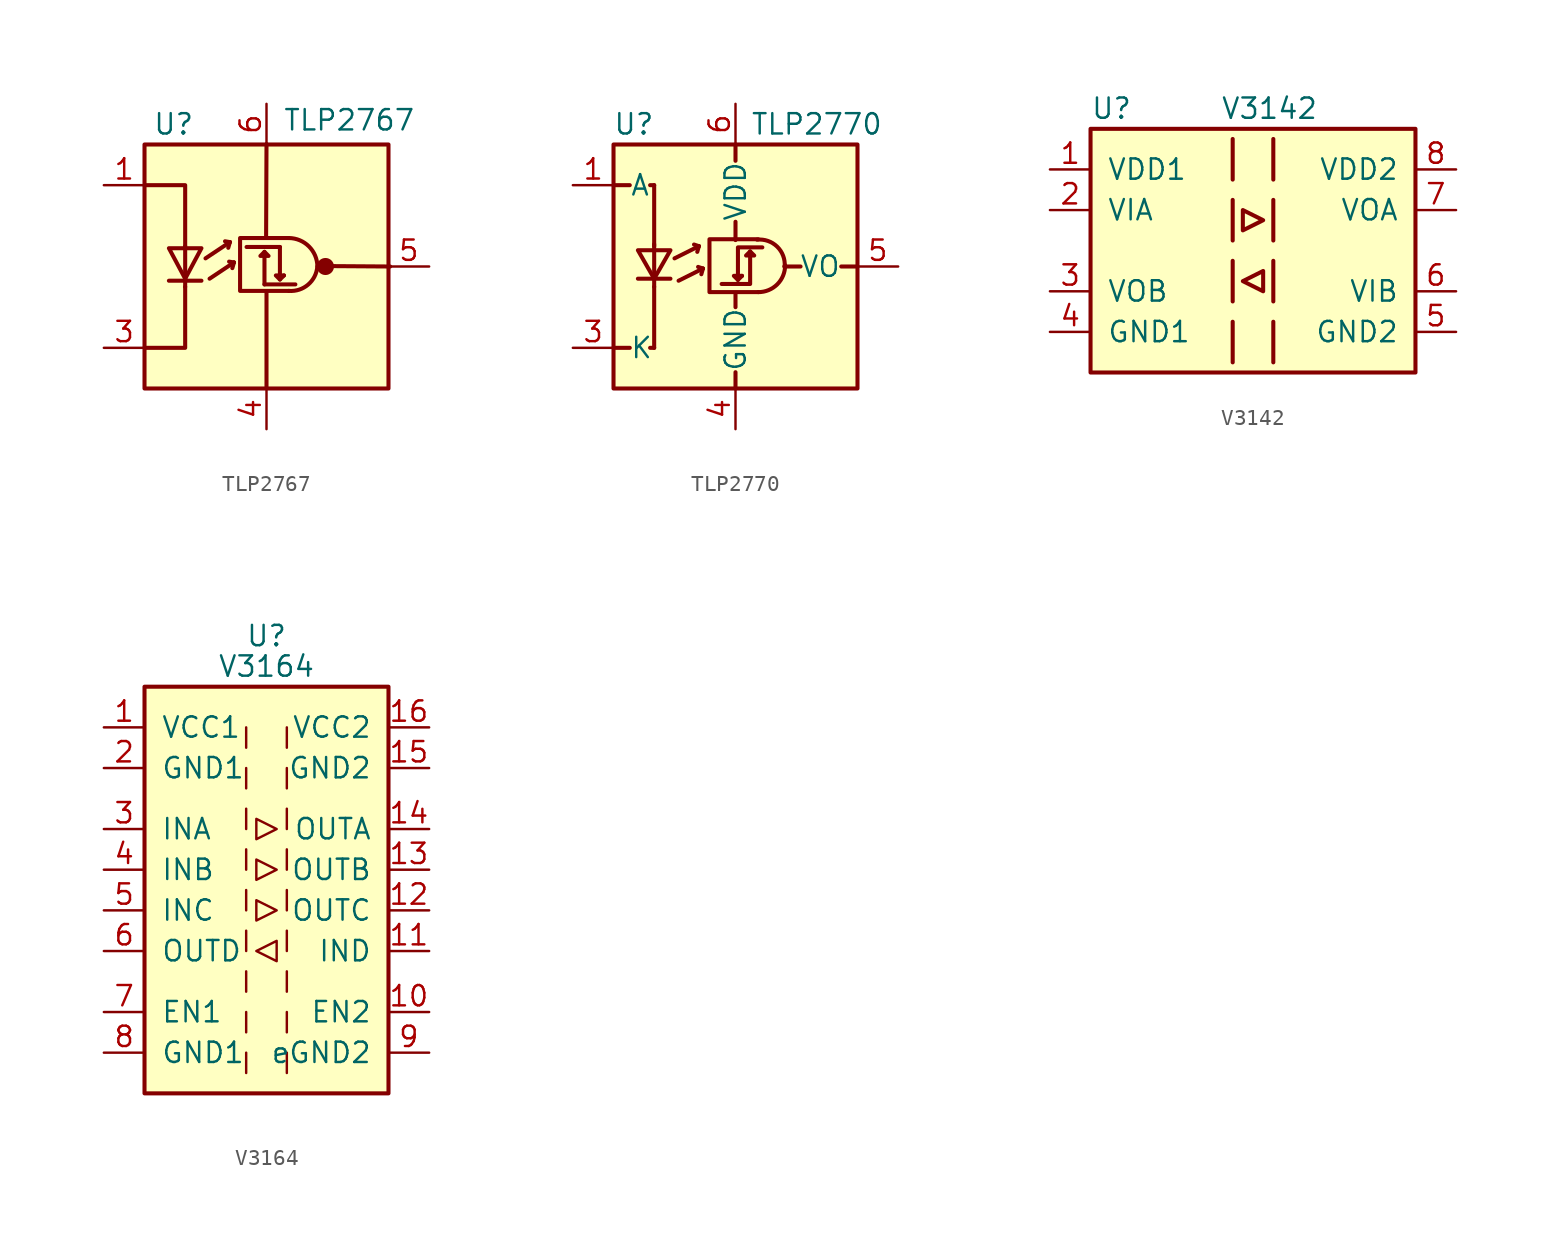
<source format=kicad_sym>
(kicad_symbol_lib
  (version 20220914)
  (generator kicad_symbol_editor)
  (symbol "TLP2767"
    (pin_names
      (offset 1.016) hide)
    (property "Reference" "U"
      (at -7.112 8.89 0)
      (effects (font (size 1.27 1.27)) (justify left)))
    (property "Value" "TLP2767"
      (at 1.016 9.144 0)
      (effects (font (size 1.27 1.27)) (justify left)))
    (symbol "TLP2767_0_1"
      (rectangle (start -7.62 7.62) (end 7.62 -7.62) (stroke (width 0.254) (type default)) (fill (type background)))
      (polyline (pts (xy -6.096 -0.889) (xy -4.064 -0.889)) (stroke (width 0.254) (type default)) (fill (type none)))
      (polyline (pts (xy -5.08 -1.27) (xy -5.08 -0.762)) (stroke (width 0.254) (type default)) (fill (type none)))
      (polyline (pts (xy -5.08 1.27) (xy -5.08 -0.762)) (stroke (width 0.254) (type default)) (fill (type none)))
      (polyline (pts (xy -3.81 0.508) (xy -2.286 1.524)) (stroke (width 0.254) (type default)) (fill (type none)))
      (polyline (pts (xy -3.556 -0.762) (xy -2.032 0.254)) (stroke (width 0.254) (type default)) (fill (type none)))
      (polyline (pts (xy -2.286 1.524) (xy -2.591 1.575)) (stroke (width 0.254) (type default)) (fill (type none)))
      (polyline (pts (xy -2.286 1.524) (xy -2.388 1.168)) (stroke (width 0.254) (type default)) (fill (type none)))
      (polyline (pts (xy -2.032 0.254) (xy -2.337 0.305)) (stroke (width 0.254) (type default)) (fill (type none)))
      (polyline (pts (xy -2.032 0.254) (xy -2.134 -0.102)) (stroke (width 0.254) (type default)) (fill (type none)))
      (polyline (pts (xy -0.127 -1.118) (xy 1.803 -1.118)) (stroke (width 0.254) (type default)) (fill (type none)))
      (polyline (pts (xy -0.127 0.914) (xy -0.127 -1.118)) (stroke (width 0.254) (type default)) (fill (type none)))
      (polyline (pts (xy 0 -7.595) (xy 0 -1.575)) (stroke (width 0.254) (type default)) (fill (type none)))
      (polyline (pts (xy 0 7.645) (xy -0.025 1.829)) (stroke (width 0.254) (type default)) (fill (type none)))
      (polyline (pts (xy 0.838 1.219) (xy -1.245 1.219)) (stroke (width 0.254) (type default)) (fill (type none)))
      (polyline (pts (xy 4.064 0.025) (xy 7.722 0)) (stroke (width 0.254) (type default)) (fill (type none)))
      (polyline (pts (xy -7.62 -5.08) (xy -5.08 -5.08) (xy -5.08 -1.27)) (stroke (width 0.254) (type default)) (fill (type none)))
      (polyline (pts (xy -5.08 1.27) (xy -5.08 5.08) (xy -7.62 5.08)) (stroke (width 0.254) (type default)) (fill (type none)))
      (polyline (pts (xy 0.838 -0.813) (xy 0.584 -0.559) (xy 1.092 -0.559)) (stroke (width 0.254) (type default)) (fill (type none)))
      (polyline (pts (xy 0.838 1.219) (xy 0.838 -0.813) (xy 1.092 -0.559)) (stroke (width 0.254) (type default)) (fill (type none)))
      (polyline (pts (xy -6.096 1.143) (xy -4.064 1.143) (xy -5.08 -0.762) (xy -6.096 1.143)) (stroke (width 0.254) (type default)) (fill (type none)))
      (polyline (pts (xy -0.127 0.914) (xy -0.381 0.66) (xy 0.127 0.66) (xy -0.127 0.914)) (stroke (width 0.254) (type default)) (fill (type none)))
      (polyline (pts (xy 1.397 1.778) (xy -1.651 1.778) (xy -1.651 -1.524) (xy 1.397 -1.524)) (stroke (width 0.254) (type default)) (fill (type none)))
      (arc (start 1.397 -1.524) (mid 2.6016 -1.1302) (end 3.175 0) (stroke (width 0.254) (type default)) (fill (type none)))
      (arc (start 3.175 0) (mid 2.6528 1.2481) (end 1.397 1.778) (stroke (width 0.254) (type default)) (fill (type none)))
      (circle (center 3.683 0) (radius 0.457) (stroke (width 0) (type default)) (fill (type outline))))
    (symbol "TLP2767_1_1"
      (pin passive line (at -10.16 5.08 0) (length 2.54) (name "A" (effects (font (size 1.27 1.27)))) (number "1" (effects (font (size 1.27 1.27)))))
      (pin no_connect line (at -7.62 0 0) (length 2.54) hide (name "NC" (effects (font (size 1.27 1.27)))) (number "2" (effects (font (size 1.27 1.27)))))
      (pin passive line (at -10.16 -5.08 0) (length 2.54) (name "K" (effects (font (size 1.27 1.27)))) (number "3" (effects (font (size 1.27 1.27)))))
      (pin power_in line (at 0 -10.16 90) (length 2.54) (name "GND" (effects (font (size 1.27 1.27)))) (number "4" (effects (font (size 1.27 1.27)))))
      (pin output line (at 10.16 0 180) (length 2.54) (name "VO" (effects (font (size 1.27 1.27)))) (number "5" (effects (font (size 1.27 1.27)))))
      (pin power_in line (at 0 10.16 270) (length 2.54) (name "VDD" (effects (font (size 1.27 1.27)))) (number "6" (effects (font (size 1.27 1.27)))))))
  (symbol "TLP2770"
    (pin_names
      (offset 1.016))
    (property "Reference" "U"
      (at -6.35 8.89 0)
      (effects (font (size 1.27 1.27))))
    (property "Value" "TLP2770"
      (at 5.08 8.89 0)
      (effects (font (size 1.27 1.27))))
    (symbol "TLP2770_0_1"
      (polyline (pts (xy -7.62 -5.08) (xy -6.604 -5.08)) (stroke (width 0.254) (type default)) (fill (type none)))
      (polyline (pts (xy -7.62 5.08) (xy -6.604 5.08)) (stroke (width 0.254) (type default)) (fill (type none)))
      (polyline (pts (xy -5.08 -5.08) (xy -5.334 -5.08)) (stroke (width 0.254) (type default)) (fill (type none)))
      (polyline (pts (xy -5.08 -1.27) (xy -5.08 -5.08)) (stroke (width 0.254) (type default)) (fill (type none)))
      (polyline (pts (xy -5.08 1.27) (xy -5.08 5.08)) (stroke (width 0.254) (type default)) (fill (type none)))
      (polyline (pts (xy -5.08 5.08) (xy -5.334 5.08)) (stroke (width 0.254) (type default)) (fill (type none)))
      (polyline (pts (xy 0 -7.62) (xy 0 -6.604)) (stroke (width 0.254) (type default)) (fill (type none)))
      (polyline (pts (xy 0 -1.651) (xy 0 -2.54)) (stroke (width 0.254) (type default)) (fill (type none)))
      (polyline (pts (xy 0 1.651) (xy 0 2.794)) (stroke (width 0.254) (type default)) (fill (type none)))
      (polyline (pts (xy 0 7.62) (xy 0 6.604)) (stroke (width 0.254) (type default)) (fill (type none)))
      (polyline (pts (xy 3.048 0) (xy 4.064 0)) (stroke (width 0.254) (type default)) (fill (type none)))
      (polyline (pts (xy 7.62 0) (xy 6.604 0)) (stroke (width 0.254) (type default)) (fill (type none))))
    (symbol "TLP2770_1_1"
      (rectangle (start -7.62 7.62) (end 7.62 -7.62) (stroke (width 0.254) (type default)) (fill (type background)))
      (polyline (pts (xy -6.096 -0.762) (xy -4.064 -0.762)) (stroke (width 0.254) (type default)) (fill (type none)))
      (polyline (pts (xy -5.08 -0.762) (xy -5.08 -1.27)) (stroke (width 0.254) (type default)) (fill (type none)))
      (polyline (pts (xy -5.08 1.016) (xy -5.08 -0.762)) (stroke (width 0.254) (type default)) (fill (type none)))
      (polyline (pts (xy -5.08 1.016) (xy -5.08 1.397)) (stroke (width 0.254) (type default)) (fill (type none)))
      (polyline (pts (xy -3.81 0.508) (xy -2.286 1.27)) (stroke (width 0.254) (type default)) (fill (type none)))
      (polyline (pts (xy -3.556 -0.889) (xy -2.032 -0.127)) (stroke (width 0.254) (type default)) (fill (type none)))
      (polyline (pts (xy -2.286 1.27) (xy -2.591 1.372)) (stroke (width 0.254) (type default)) (fill (type none)))
      (polyline (pts (xy -2.286 1.27) (xy -2.388 0.914)) (stroke (width 0.254) (type default)) (fill (type none)))
      (polyline (pts (xy -2.032 -0.127) (xy -2.337 -0.025)) (stroke (width 0.254) (type default)) (fill (type none)))
      (polyline (pts (xy -2.032 -0.127) (xy -2.134 -0.483)) (stroke (width 0.254) (type default)) (fill (type none)))
      (polyline (pts (xy 0.152 -0.838) (xy -0.102 -0.584) (xy 0.406 -0.584)) (stroke (width 0.254) (type default)) (fill (type none)))
      (polyline (pts (xy 0.914 0.94) (xy 0.914 -1.092) (xy -0.864 -1.092)) (stroke (width 0.254) (type default)) (fill (type none)))
      (polyline (pts (xy -6.096 1.016) (xy -4.064 1.016) (xy -5.08 -0.762) (xy -6.096 1.016)) (stroke (width 0.254) (type default)) (fill (type none)))
      (polyline (pts (xy 0.914 0.94) (xy 0.66 0.686) (xy 1.168 0.686) (xy 0.914 0.94)) (stroke (width 0.254) (type default)) (fill (type none)))
      (polyline (pts (xy 1.422 1.702) (xy -1.626 1.702) (xy -1.626 -1.6) (xy 1.422 -1.6)) (stroke (width 0.254) (type default)) (fill (type none)))
      (polyline (pts (xy 1.676 1.194) (xy 0.152 1.194) (xy 0.152 -0.838) (xy 0.406 -0.584)) (stroke (width 0.254) (type default)) (fill (type none)))
      (arc (start 1.4224 -1.6002) (mid 2.6061 -1.1155) (end 3.0988 0.0762) (stroke (width 0.254) (type default)) (fill (type none)))
      (arc (start 3.0734 0) (mid 2.5973 1.245) (end 1.3462 1.6764) (stroke (width 0.254) (type default)) (fill (type none)))
      (pin passive line (at -10.16 5.08 0) (length 2.54) (name "A" (effects (font (size 1.27 1.27)))) (number "1" (effects (font (size 1.27 1.27)))))
      (pin no_connect line (at -7.62 0 0) (length 2.54) hide (name "NC" (effects (font (size 1.27 1.27)))) (number "2" (effects (font (size 1.27 1.27)))))
      (pin passive line (at -10.16 -5.08 0) (length 2.54) (name "K" (effects (font (size 1.27 1.27)))) (number "3" (effects (font (size 1.27 1.27)))))
      (pin power_in line (at 0 -10.16 90) (length 2.54) (name "GND" (effects (font (size 1.27 1.27)))) (number "4" (effects (font (size 1.27 1.27)))))
      (pin output line (at 10.16 0 180) (length 2.54) (name "VO" (effects (font (size 1.27 1.27)))) (number "5" (effects (font (size 1.27 1.27)))))
      (pin power_in line (at 0 10.16 270) (length 2.54) (name "VDD" (effects (font (size 1.27 1.27)))) (number "6" (effects (font (size 1.27 1.27)))))))
  (symbol "V3142"
    (pin_names
      (offset 1.016))
    (property "Reference" "U"
      (at -10.16 8.89 0)
      (effects (font (size 1.27 1.27)) (justify left)))
    (property "Value" "V3142"
      (at -2.032 8.89 0)
      (effects (font (size 1.27 1.27)) (justify left)))
    (symbol "V3142_0_1"
      (rectangle (start -10.16 7.62) (end 10.16 -7.62) (stroke (width 0.254) (type default)) (fill (type background)))
      (polyline (pts (xy -1.27 -4.445) (xy -1.27 -6.985)) (stroke (width 0.254) (type default)) (fill (type none)))
      (polyline (pts (xy -1.27 -0.635) (xy -1.27 -3.175)) (stroke (width 0.254) (type default)) (fill (type none)))
      (polyline (pts (xy -1.27 3.175) (xy -1.27 0.635)) (stroke (width 0.254) (type default)) (fill (type none)))
      (polyline (pts (xy -1.27 6.985) (xy -1.27 4.445)) (stroke (width 0.254) (type default)) (fill (type none)))
      (polyline (pts (xy 1.27 -4.445) (xy 1.27 -6.985)) (stroke (width 0.254) (type default)) (fill (type none)))
      (polyline (pts (xy 1.27 -0.635) (xy 1.27 -3.175)) (stroke (width 0.254) (type default)) (fill (type none)))
      (polyline (pts (xy 1.27 3.175) (xy 1.27 0.635)) (stroke (width 0.254) (type default)) (fill (type none)))
      (polyline (pts (xy 1.27 6.985) (xy 1.27 4.445)) (stroke (width 0.254) (type default)) (fill (type none)))
      (polyline (pts (xy -0.635 1.27) (xy 0.635 1.905) (xy -0.635 2.54) (xy -0.635 1.27)) (stroke (width 0.254) (type default)) (fill (type none)))
      (polyline (pts (xy 0.635 -2.54) (xy 0.635 -1.27) (xy -0.635 -1.905) (xy 0.635 -2.54)) (stroke (width 0.254) (type default)) (fill (type none))))
    (symbol "V3142_1_1"
      (pin power_in line (at -12.7 5.08 0) (length 2.54) (name "VDD1" (effects (font (size 1.27 1.27)))) (number "1" (effects (font (size 1.27 1.27)))))
      (pin input line (at -12.7 2.54 0) (length 2.54) (name "VIA" (effects (font (size 1.27 1.27)))) (number "2" (effects (font (size 1.27 1.27)))))
      (pin input line (at -12.7 -2.54 0) (length 2.54) (name "VOB" (effects (font (size 1.27 1.27)))) (number "3" (effects (font (size 1.27 1.27)))))
      (pin power_in line (at -12.7 -5.08 0) (length 2.54) (name "GND1" (effects (font (size 1.27 1.27)))) (number "4" (effects (font (size 1.27 1.27)))))
      (pin power_in line (at 12.7 -5.08 180) (length 2.54) (name "GND2" (effects (font (size 1.27 1.27)))) (number "5" (effects (font (size 1.27 1.27)))))
      (pin output line (at 12.7 -2.54 180) (length 2.54) (name "VIB" (effects (font (size 1.27 1.27)))) (number "6" (effects (font (size 1.27 1.27)))))
      (pin output line (at 12.7 2.54 180) (length 2.54) (name "VOA" (effects (font (size 1.27 1.27)))) (number "7" (effects (font (size 1.27 1.27)))))
      (pin power_in line (at 12.7 5.08 180) (length 2.54) (name "VDD2" (effects (font (size 1.27 1.27)))) (number "8" (effects (font (size 1.27 1.27)))))))
  (symbol "V3164"
    (pin_names
      (offset 1.016))
    (property "Reference" "U"
      (at 0 15.875 0)
      (effects (font (size 1.27 1.27))))
    (property "Value" "V3164"
      (at 0 13.97 0)
      (effects (font (size 1.27 1.27))))
    (symbol "V3164_0_1"
      (rectangle (start -7.62 12.7) (end 7.62 -12.7) (stroke (width 0.254) (type default)) (fill (type background)))
      (polyline (pts (xy -1.27 -10.16) (xy -1.27 -11.43)) (stroke (width 0) (type default)) (fill (type none)))
      (polyline (pts (xy -1.27 -7.62) (xy -1.27 -8.89)) (stroke (width 0) (type default)) (fill (type none)))
      (polyline (pts (xy -1.27 -5.08) (xy -1.27 -6.35)) (stroke (width 0) (type default)) (fill (type none)))
      (polyline (pts (xy -1.27 -2.54) (xy -1.27 -3.81)) (stroke (width 0) (type default)) (fill (type none)))
      (polyline (pts (xy -1.27 0) (xy -1.27 -1.27)) (stroke (width 0) (type default)) (fill (type none)))
      (polyline (pts (xy -1.27 2.54) (xy -1.27 1.27)) (stroke (width 0) (type default)) (fill (type none)))
      (polyline (pts (xy -1.27 5.08) (xy -1.27 3.81)) (stroke (width 0) (type default)) (fill (type none)))
      (polyline (pts (xy -1.27 7.62) (xy -1.27 6.35)) (stroke (width 0) (type default)) (fill (type none)))
      (polyline (pts (xy -1.27 10.16) (xy -1.27 8.89)) (stroke (width 0) (type default)) (fill (type none)))
      (polyline (pts (xy 1.27 -10.16) (xy 1.27 -11.43)) (stroke (width 0) (type default)) (fill (type none)))
      (polyline (pts (xy 1.27 -7.62) (xy 1.27 -8.89)) (stroke (width 0) (type default)) (fill (type none)))
      (polyline (pts (xy 1.27 -5.08) (xy 1.27 -6.35)) (stroke (width 0) (type default)) (fill (type none)))
      (polyline (pts (xy 1.27 -2.54) (xy 1.27 -3.81)) (stroke (width 0) (type default)) (fill (type none)))
      (polyline (pts (xy 1.27 0) (xy 1.27 -1.27)) (stroke (width 0) (type default)) (fill (type none)))
      (polyline (pts (xy 1.27 2.54) (xy 1.27 1.27)) (stroke (width 0) (type default)) (fill (type none)))
      (polyline (pts (xy 1.27 5.08) (xy 1.27 3.81)) (stroke (width 0) (type default)) (fill (type none)))
      (polyline (pts (xy 1.27 7.62) (xy 1.27 6.35)) (stroke (width 0) (type default)) (fill (type none)))
      (polyline (pts (xy 1.27 10.16) (xy 1.27 8.89)) (stroke (width 0) (type default)) (fill (type none)))
      (polyline (pts (xy -0.635 -3.81) (xy 0.635 -3.175) (xy 0.635 -4.445) (xy -0.635 -3.81)) (stroke (width 0) (type default)) (fill (type none)))
      (polyline (pts (xy -0.635 -0.635) (xy -0.635 -1.905) (xy 0.635 -1.27) (xy -0.635 -0.635)) (stroke (width 0) (type default)) (fill (type none)))
      (polyline (pts (xy -0.635 1.905) (xy -0.635 0.635) (xy 0.635 1.27) (xy -0.635 1.905)) (stroke (width 0) (type default)) (fill (type none)))
      (polyline (pts (xy -0.635 4.445) (xy -0.635 3.175) (xy 0.635 3.81) (xy -0.635 4.445)) (stroke (width 0) (type default)) (fill (type none))))
    (symbol "V3164_1_1"
      (pin power_in line (at -10.16 10.16 0) (length 2.54) (name "VCC1" (effects (font (size 1.27 1.27)))) (number "1" (effects (font (size 1.27 1.27)))))
      (pin input line (at 10.16 -7.62 180) (length 2.54) (name "EN2" (effects (font (size 1.27 1.27)))) (number "10" (effects (font (size 1.27 1.27)))))
      (pin input line (at 10.16 -3.81 180) (length 2.54) (name "IND" (effects (font (size 1.27 1.27)))) (number "11" (effects (font (size 1.27 1.27)))))
      (pin output line (at 10.16 -1.27 180) (length 2.54) (name "OUTC" (effects (font (size 1.27 1.27)))) (number "12" (effects (font (size 1.27 1.27)))))
      (pin output line (at 10.16 1.27 180) (length 2.54) (name "OUTB" (effects (font (size 1.27 1.27)))) (number "13" (effects (font (size 1.27 1.27)))))
      (pin output line (at 10.16 3.81 180) (length 2.54) (name "OUTA" (effects (font (size 1.27 1.27)))) (number "14" (effects (font (size 1.27 1.27)))))
      (pin power_in line (at 10.16 7.62 180) (length 2.54) (name "GND2" (effects (font (size 1.27 1.27)))) (number "15" (effects (font (size 1.27 1.27)))))
      (pin power_in line (at 10.16 10.16 180) (length 2.54) (name "VCC2" (effects (font (size 1.27 1.27)))) (number "16" (effects (font (size 1.27 1.27)))))
      (pin power_in line (at -10.16 7.62 0) (length 2.54) (name "GND1" (effects (font (size 1.27 1.27)))) (number "2" (effects (font (size 1.27 1.27)))))
      (pin input line (at -10.16 3.81 0) (length 2.54) (name "INA" (effects (font (size 1.27 1.27)))) (number "3" (effects (font (size 1.27 1.27)))))
      (pin input line (at -10.16 1.27 0) (length 2.54) (name "INB" (effects (font (size 1.27 1.27)))) (number "4" (effects (font (size 1.27 1.27)))))
      (pin input line (at -10.16 -1.27 0) (length 2.54) (name "INC" (effects (font (size 1.27 1.27)))) (number "5" (effects (font (size 1.27 1.27)))))
      (pin output line (at -10.16 -3.81 0) (length 2.54) (name "OUTD" (effects (font (size 1.27 1.27)))) (number "6" (effects (font (size 1.27 1.27)))))
      (pin input line (at -10.16 -7.62 0) (length 2.54) (name "EN1" (effects (font (size 1.27 1.27)))) (number "7" (effects (font (size 1.27 1.27)))))
      (pin passive line (at -10.16 -10.16 0) (length 2.54) (name "GND1" (effects (font (size 1.27 1.27)))) (number "8" (effects (font (size 1.27 1.27)))))
      (pin passive line (at -10.16 7.62 0) (length 2.54) hide (name "GND1" (effects (font (size 1.27 1.27)))) (number "8" (effects (font (size 1.27 1.27)))))
      (pin passive line (at 10.16 7.62 180) (length 2.54) hide (name "GND2" (effects (font (size 1.27 1.27)))) (number "9" (effects (font (size 1.27 1.27)))))
      (pin passive line (at 10.16 -10.16 180) (length 2.54) (name "eGND2" (effects (font (size 1.27 1.27)))) (number "9" (effects (font (size 1.27 1.27))))))))
</source>
